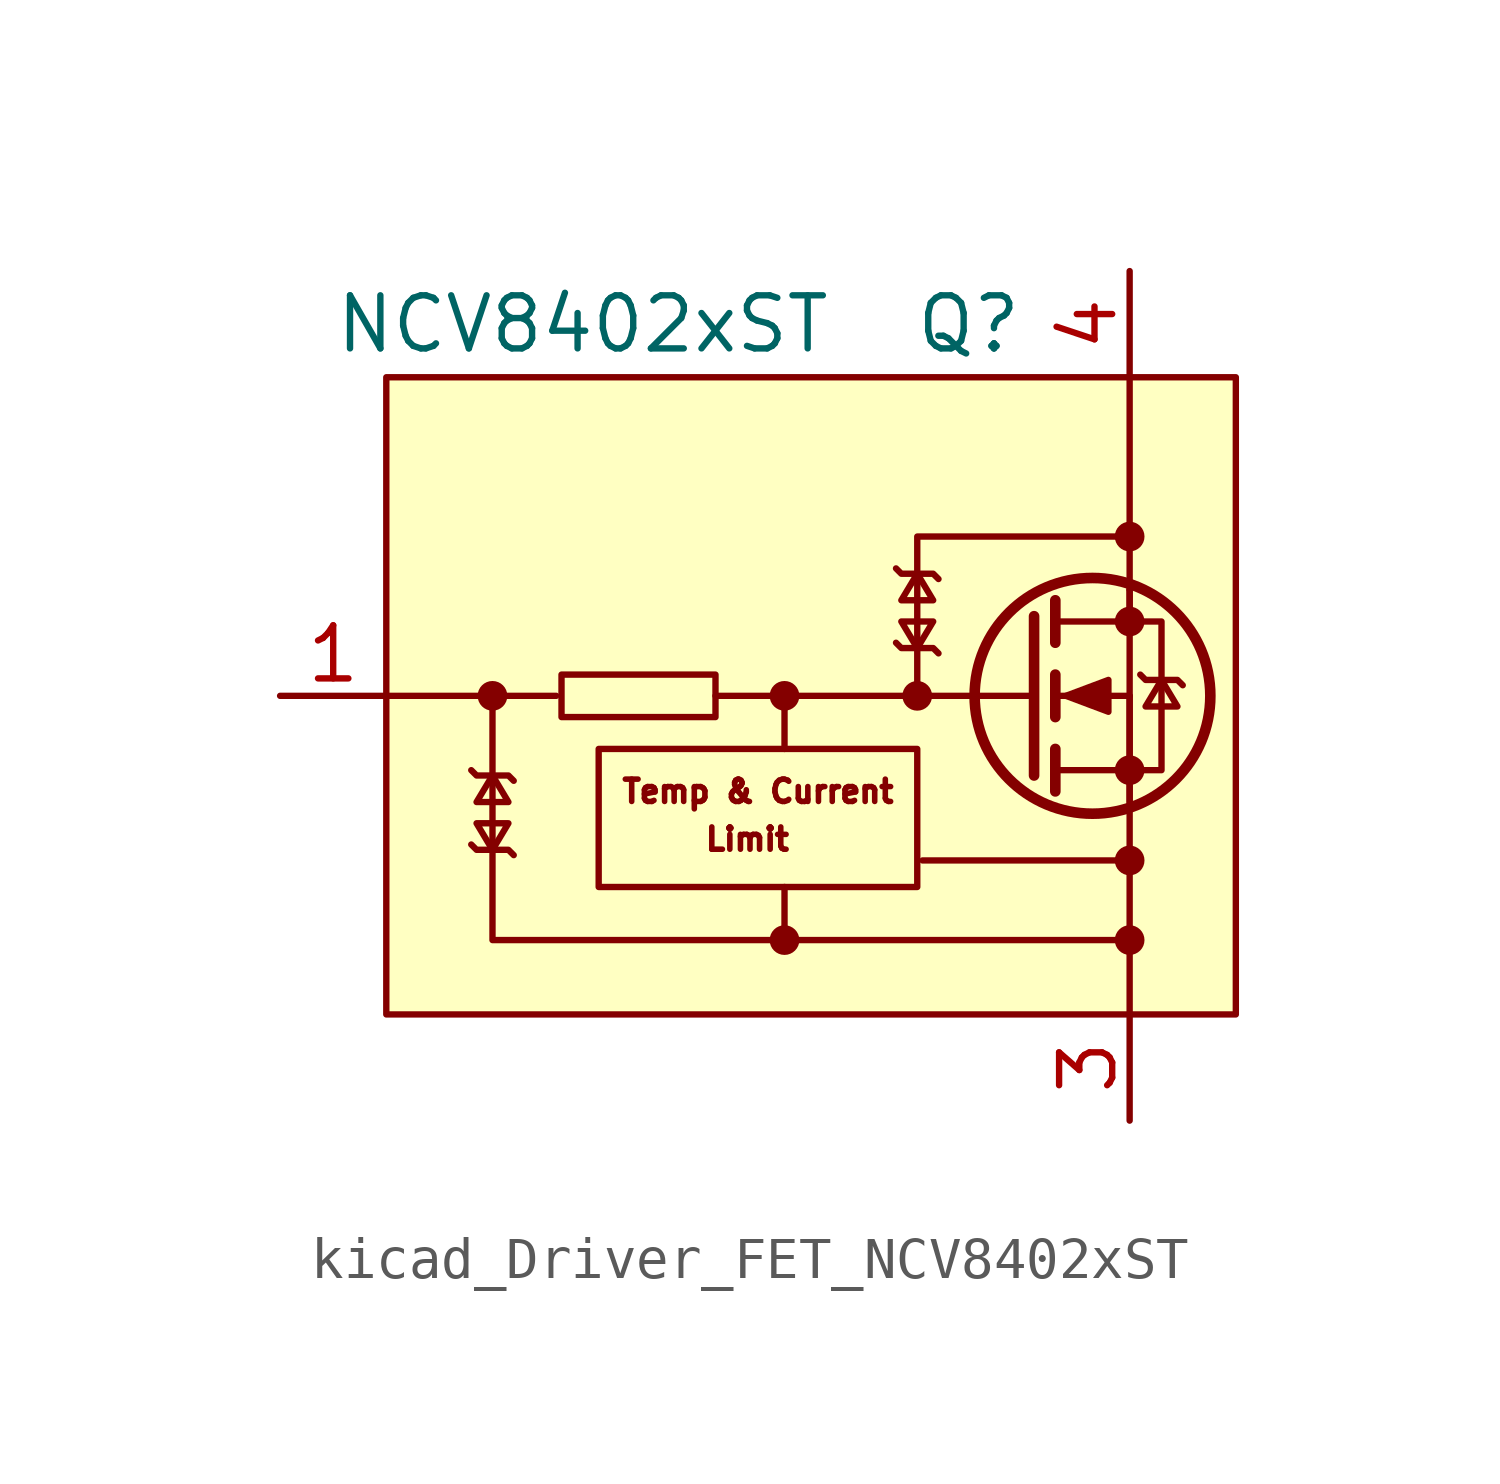
<source format=kicad_sym>
(kicad_symbol_lib
  (version 20220914)
  (generator kicad_symbol_editor)
  (symbol "kicad_Driver_FET_NCV8402xST"
    (pin_names
      (offset 0) hide)
    (property "Reference" "Q"
      (at 5.08 8.89 0)
      (effects (font (size 1.27 1.27)) (justify right)))
    (property "Value" "NCV8402xST"
      (at -11.43 8.89 0)
      (effects (font (size 1.27 1.27)) (justify left)))
    (symbol "kicad_Driver_FET_NCV8402xST_0_0"
      (rectangle (start -10.16 7.62) (end 10.16 -7.62) (stroke (width 0) (type default)) (fill (type background)))
      (rectangle (start -5.969 0.508) (end -2.286 -0.508) (stroke (width 0) (type default)) (fill (type none)))
      (polyline (pts (xy 7.62 2.54) (xy 7.62 -7.62)) (stroke (width 0) (type default)) (fill (type none)))
      (polyline (pts (xy 7.62 2.54) (xy 7.62 7.62)) (stroke (width 0) (type default)) (fill (type none)))
      (polyline (pts (xy -0.635 -1.27) (xy -0.635 -0.635) (xy -0.635 0)) (stroke (width 0) (type default)) (fill (type none)))
      (polyline (pts (xy 2.54 0) (xy -2.286 0) (xy -0.889 0)) (stroke (width 0) (type default)) (fill (type none)))
      (polyline (pts (xy 2.54 0) (xy 2.54 3.81) (xy 7.62 3.81)) (stroke (width 0) (type default)) (fill (type none)))
      (polyline (pts (xy 7.62 -5.842) (xy -0.635 -5.842) (xy -0.635 -4.572)) (stroke (width 0) (type default)) (fill (type none)))
      (polyline (pts (xy -0.635 -5.842) (xy -7.62 -5.842) (xy -7.62 0) (xy -6.096 0)) (stroke (width 0) (type default)) (fill (type none)))
      (text "Limit" (at -1.524 -3.429 0) (effects (font (size 0.533 0.533))))
      (text "Temp & Current" (at -1.27 -2.286 0) (effects (font (size 0.533 0.533)))))
    (symbol "kicad_Driver_FET_NCV8402xST_0_1"
      (rectangle (start -5.08 -1.27) (end 2.54 -4.572) (stroke (width 0) (type default)) (fill (type none)))
      (polyline (pts (xy -7.62 0) (xy -10.16 0)) (stroke (width 0) (type default)) (fill (type none)))
      (polyline (pts (xy 7.62 -3.937) (xy 2.667 -3.937)) (stroke (width 0) (type default)) (fill (type none))))
    (symbol "kicad_Driver_FET_NCV8402xST_1_1"
      (circle (center -7.62 0) (radius 0.279) (stroke (width 0) (type default)) (fill (type outline)))
      (circle (center -0.635 -5.842) (radius 0.279) (stroke (width 0) (type default)) (fill (type outline)))
      (circle (center -0.635 0) (radius 0.279) (stroke (width 0) (type default)) (fill (type outline)))
      (polyline (pts (xy 2.54 0) (xy 5.334 0)) (stroke (width 0) (type default)) (fill (type none)))
      (polyline (pts (xy 5.842 -1.778) (xy 7.62 -1.778)) (stroke (width 0) (type default)) (fill (type none)))
      (polyline (pts (xy 5.842 -1.27) (xy 5.842 -2.286)) (stroke (width 0.254) (type default)) (fill (type none)))
      (polyline (pts (xy 5.842 0) (xy 7.62 0)) (stroke (width 0) (type default)) (fill (type none)))
      (polyline (pts (xy 5.842 0.508) (xy 5.842 -0.508)) (stroke (width 0.254) (type default)) (fill (type none)))
      (polyline (pts (xy 5.842 1.778) (xy 7.62 1.778)) (stroke (width 0) (type default)) (fill (type none)))
      (polyline (pts (xy 5.842 2.286) (xy 5.842 1.27)) (stroke (width 0.254) (type default)) (fill (type none)))
      (polyline (pts (xy 7.62 -1.778) (xy 7.62 -2.54)) (stroke (width 0) (type default)) (fill (type none)))
      (polyline (pts (xy 7.62 -1.778) (xy 7.62 0)) (stroke (width 0) (type default)) (fill (type none)))
      (polyline (pts (xy 7.62 2.54) (xy 7.62 1.778)) (stroke (width 0) (type default)) (fill (type none)))
      (polyline (pts (xy 5.334 1.905) (xy 5.334 -1.905) (xy 5.334 -1.905)) (stroke (width 0.254) (type default)) (fill (type none)))
      (polyline (pts (xy -8.128 -1.778) (xy -8.001 -1.905) (xy -7.239 -1.905) (xy -7.112 -2.032)) (stroke (width 0) (type default)) (fill (type none)))
      (polyline (pts (xy -7.62 -3.683) (xy -7.239 -3.048) (xy -8.001 -3.048) (xy -7.62 -3.683)) (stroke (width 0) (type default)) (fill (type none)))
      (polyline (pts (xy -7.62 -1.905) (xy -8.001 -2.54) (xy -7.239 -2.54) (xy -7.62 -1.905)) (stroke (width 0) (type default)) (fill (type none)))
      (polyline (pts (xy -7.112 -3.81) (xy -7.239 -3.683) (xy -8.001 -3.683) (xy -8.128 -3.556)) (stroke (width 0) (type default)) (fill (type none)))
      (polyline (pts (xy 2.032 3.048) (xy 2.159 2.921) (xy 2.921 2.921) (xy 3.048 2.794)) (stroke (width 0) (type default)) (fill (type none)))
      (polyline (pts (xy 2.54 1.143) (xy 2.921 1.778) (xy 2.159 1.778) (xy 2.54 1.143)) (stroke (width 0) (type default)) (fill (type none)))
      (polyline (pts (xy 2.54 2.921) (xy 2.159 2.286) (xy 2.921 2.286) (xy 2.54 2.921)) (stroke (width 0) (type default)) (fill (type none)))
      (polyline (pts (xy 3.048 1.016) (xy 2.921 1.143) (xy 2.159 1.143) (xy 2.032 1.27)) (stroke (width 0) (type default)) (fill (type none)))
      (polyline (pts (xy 6.096 0) (xy 7.112 0.381) (xy 7.112 -0.381) (xy 6.096 0)) (stroke (width 0) (type default)) (fill (type outline)))
      (polyline (pts (xy 7.62 -1.778) (xy 8.382 -1.778) (xy 8.382 1.778) (xy 7.62 1.778)) (stroke (width 0) (type default)) (fill (type none)))
      (polyline (pts (xy 7.874 0.508) (xy 8.001 0.381) (xy 8.763 0.381) (xy 8.89 0.254)) (stroke (width 0) (type default)) (fill (type none)))
      (polyline (pts (xy 8.382 0.381) (xy 8.001 -0.254) (xy 8.763 -0.254) (xy 8.382 0.381)) (stroke (width 0) (type default)) (fill (type none)))
      (circle (center 2.54 0) (radius 0.279) (stroke (width 0) (type default)) (fill (type outline)))
      (circle (center 6.731 0) (radius 2.819) (stroke (width 0.254) (type default)) (fill (type none)))
      (circle (center 7.62 -5.842) (radius 0.279) (stroke (width 0) (type default)) (fill (type outline)))
      (circle (center 7.62 -3.937) (radius 0.279) (stroke (width 0) (type default)) (fill (type outline)))
      (circle (center 7.62 -1.778) (radius 0.279) (stroke (width 0) (type default)) (fill (type outline)))
      (circle (center 7.62 1.778) (radius 0.279) (stroke (width 0) (type default)) (fill (type outline)))
      (circle (center 7.62 3.81) (radius 0.279) (stroke (width 0) (type default)) (fill (type outline)))
      (pin input line (at -12.7 0 0) (length 2.54) (name "G" (effects (font (size 1.27 1.27)))) (number "1" (effects (font (size 1.27 1.27)))))
      (pin passive line (at 7.62 10.16 270) (length 2.54) hide (name "D" (effects (font (size 1.27 1.27)))) (number "2" (effects (font (size 1.27 1.27)))))
      (pin passive line (at 7.62 -10.16 90) (length 2.54) (name "S" (effects (font (size 1.27 1.27)))) (number "3" (effects (font (size 1.27 1.27)))))
      (pin passive line (at 7.62 10.16 270) (length 2.54) (name "D" (effects (font (size 1.27 1.27)))) (number "4" (effects (font (size 1.27 1.27))))))))
</source>
